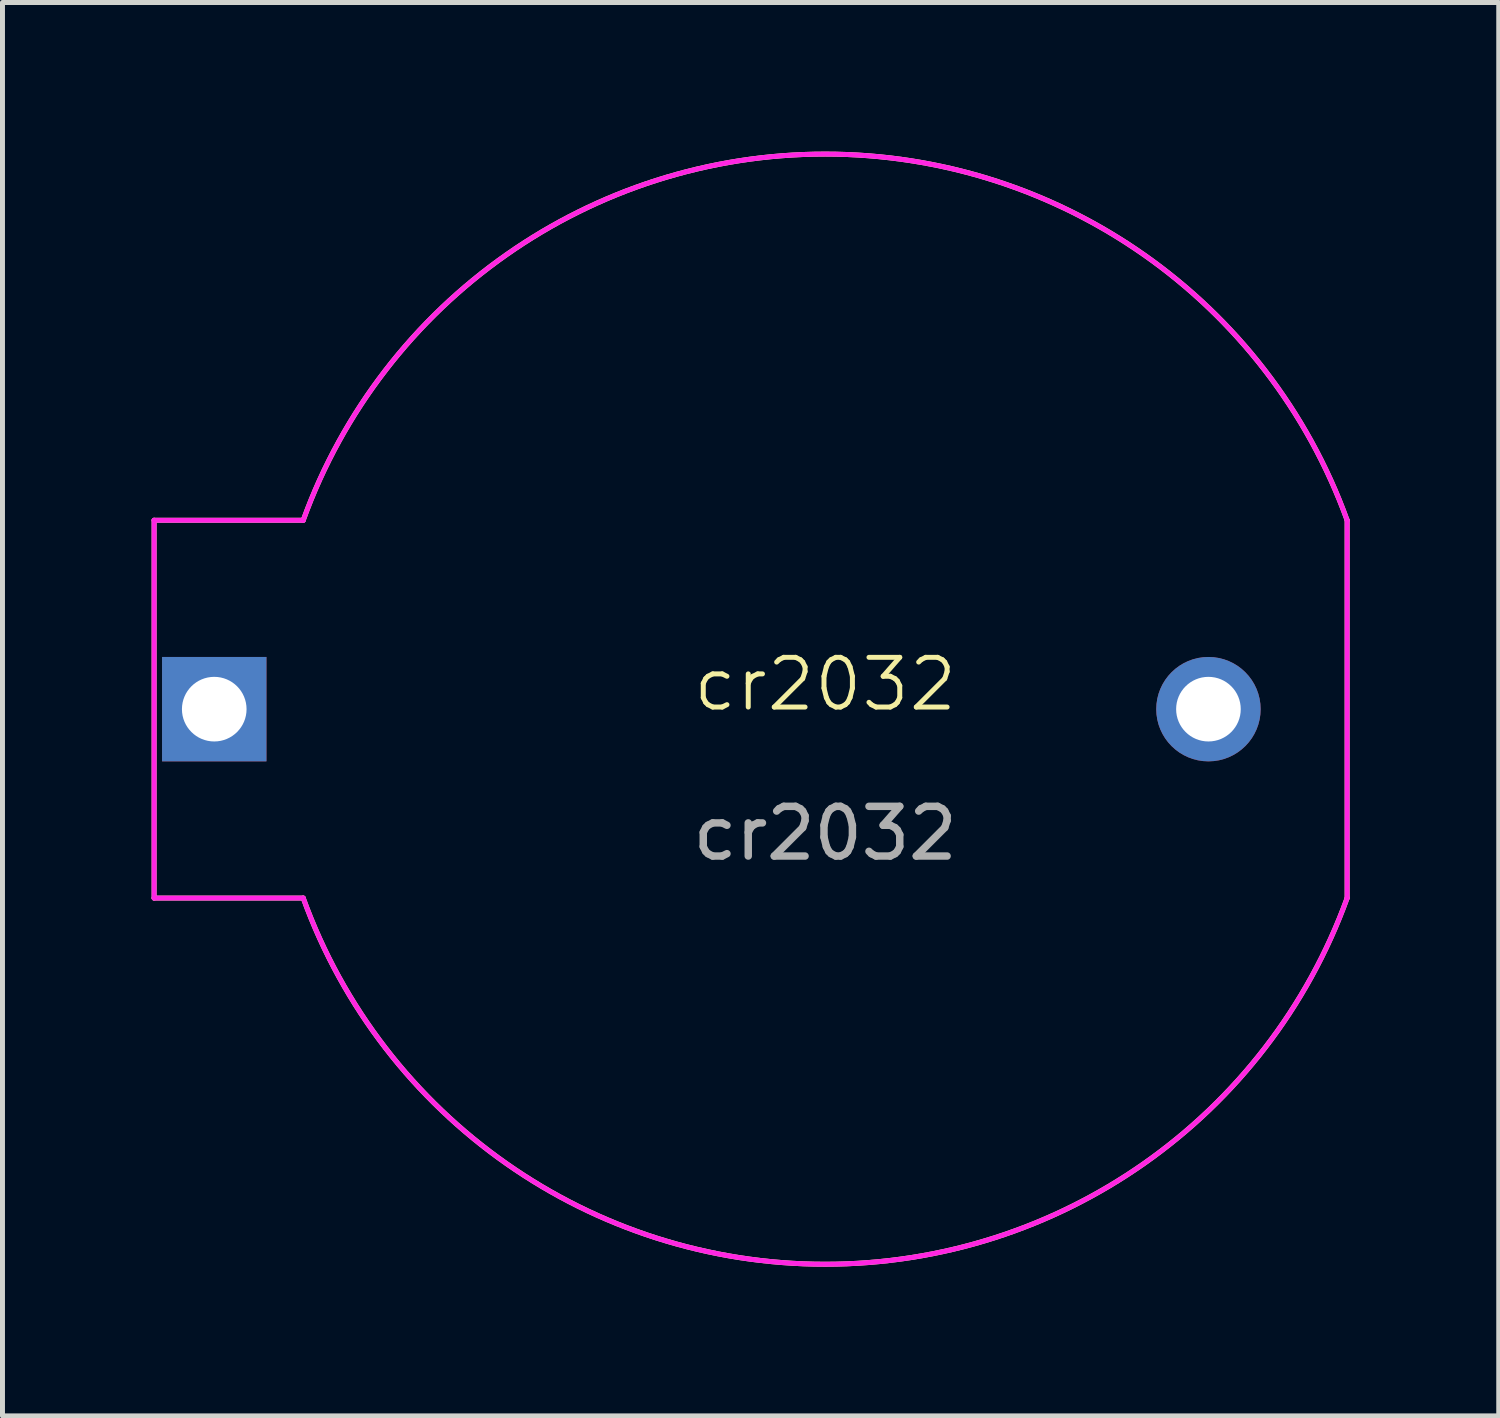
<source format=kicad_pcb>
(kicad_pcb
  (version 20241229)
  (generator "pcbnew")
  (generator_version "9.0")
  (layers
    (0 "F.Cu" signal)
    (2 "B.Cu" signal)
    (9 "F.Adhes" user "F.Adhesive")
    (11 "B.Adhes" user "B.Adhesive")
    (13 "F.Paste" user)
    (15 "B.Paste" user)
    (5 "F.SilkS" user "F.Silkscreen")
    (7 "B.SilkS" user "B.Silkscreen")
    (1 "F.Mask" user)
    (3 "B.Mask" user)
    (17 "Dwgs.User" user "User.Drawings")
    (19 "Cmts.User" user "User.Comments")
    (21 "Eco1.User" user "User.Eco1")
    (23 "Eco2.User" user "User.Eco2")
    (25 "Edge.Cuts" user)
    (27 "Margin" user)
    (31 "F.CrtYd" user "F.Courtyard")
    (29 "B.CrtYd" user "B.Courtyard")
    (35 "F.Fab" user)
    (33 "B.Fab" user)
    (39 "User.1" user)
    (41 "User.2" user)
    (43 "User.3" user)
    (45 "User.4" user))
  (footprint "cr2032"
    (layer "F.Cu")
    (at 13.55 11.216)
    (property "Reference" "cr2032" (at 0 -0.5 0) (unlocked yes) (layer "F.SilkS") (effects (font (size 1 1) (thickness 0.1))))
    (attr through_hole)
    (fp_line (start -13.5 -3.8) (end -10.5 -3.8) (stroke (width 0.1) (type default)) (layer "F.SilkS"))
    (fp_line (start -13.5 3.8) (end -13.5 -3.8) (stroke (width 0.1) (type default)) (layer "F.SilkS"))
    (fp_line (start -10.5 3.8) (end -13.5 3.8) (stroke (width 0.1) (type default)) (layer "F.SilkS"))
    (fp_line (start 10.5 -3.8) (end 10.5 3.8) (stroke (width 0.1) (type default)) (layer "F.SilkS"))
    (fp_arc (start -10.499999 -3.8) (mid 0 -11.166467) (end 10.499999 -3.8) (stroke (width 0.1) (type default)) (layer "F.SilkS"))
    (fp_arc (start 10.499999 3.8) (mid 0 11.166467) (end -10.499999 3.8) (stroke (width 0.1) (type default)) (layer "F.SilkS"))
    (fp_line (start -13.5 -3.8) (end -10.5 -3.8) (stroke (width 0.1) (type default)) (layer "F.CrtYd"))
    (fp_line (start -13.5 3.8) (end -13.5 -3.8) (stroke (width 0.1) (type default)) (layer "F.CrtYd"))
    (fp_line (start -10.5 3.8) (end -13.5 3.8) (stroke (width 0.1) (type default)) (layer "F.CrtYd"))
    (fp_line (start 10.5 -3.8) (end 10.5 3.8) (stroke (width 0.1) (type default)) (layer "F.CrtYd"))
    (fp_arc (start -10.499999 -3.8) (mid 0 -11.166467) (end 10.499999 -3.8) (stroke (width 0.1) (type default)) (layer "F.CrtYd"))
    (fp_arc (start 10.499999 3.8) (mid 0 11.166467) (end -10.499999 3.8) (stroke (width 0.1) (type default)) (layer "F.CrtYd"))
    (fp_text user "${REFERENCE}" (at 0 2.5 0) (unlocked yes) (layer "F.Fab") (effects (font (size 1 1) (thickness 0.15))))
    (pad "1" thru_hole rect (at -12.29 0 90) (size 2.1 2.1) (drill 1.3) (layers "*.Cu" "*.Mask"))
    (pad "2" thru_hole circle (at 7.71 0 90) (size 2.1 2.1) (drill 1.3) (layers "*.Cu" "*.Mask")))
  (gr_rect
    (start -3 -3)
    (end 27.1 25.433)
    (stroke (width 0.1) (type default))
    (fill no)
    (layer "Edge.Cuts")))
</source>
